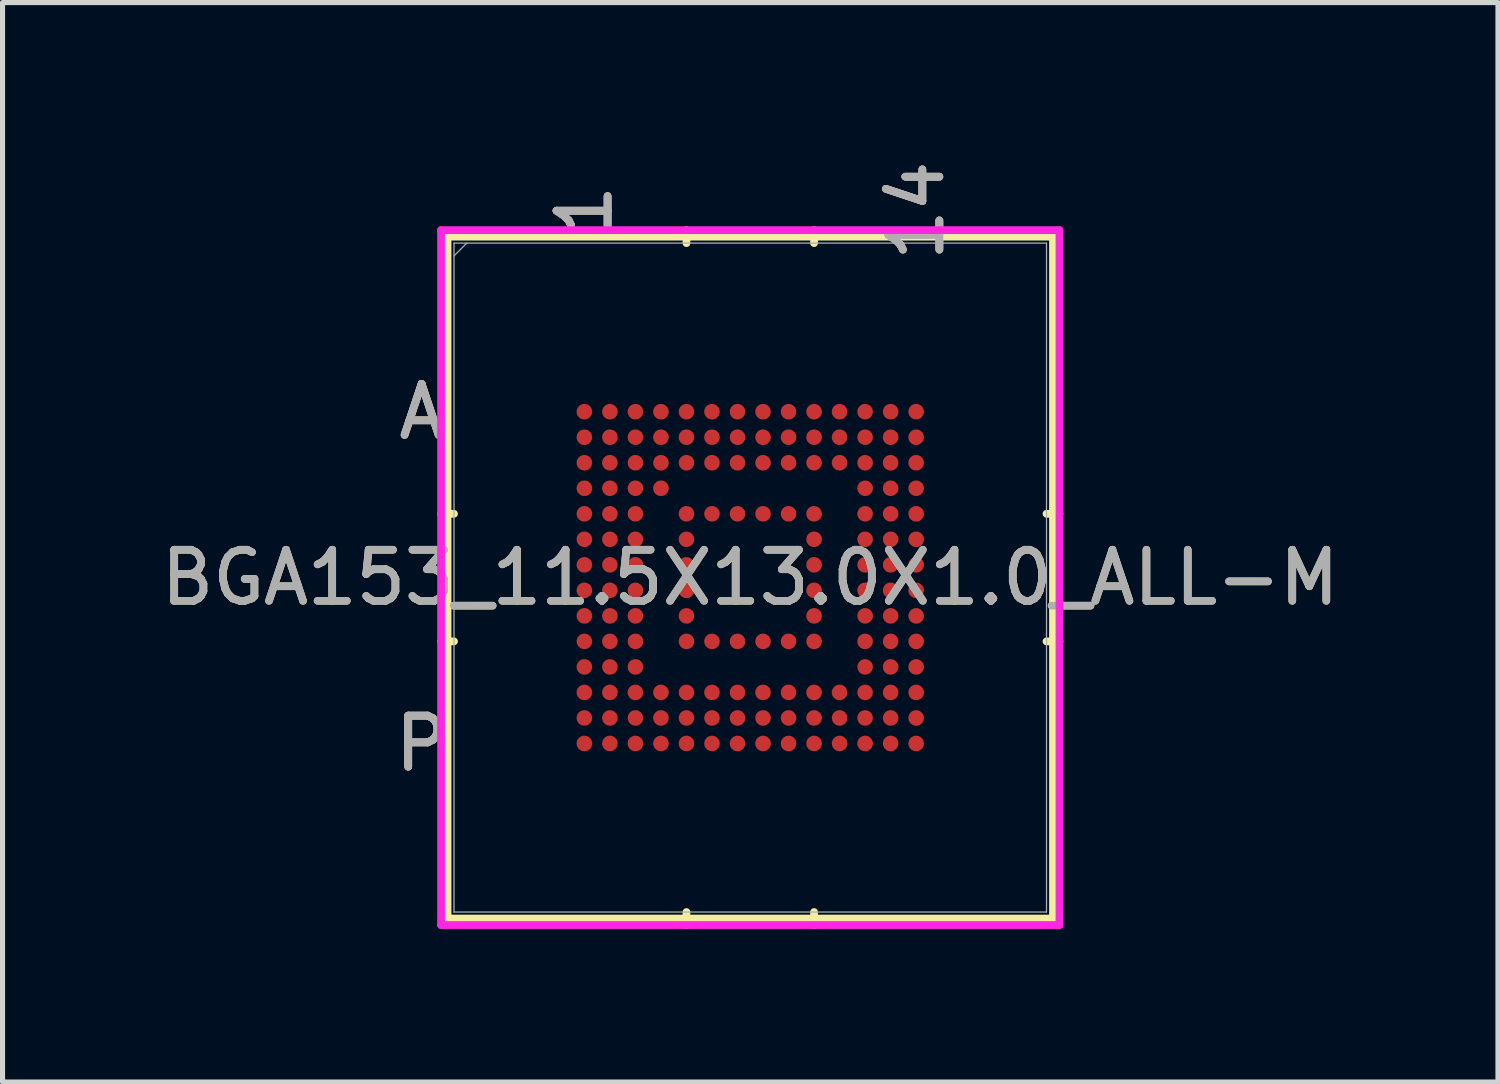
<source format=kicad_pcb>
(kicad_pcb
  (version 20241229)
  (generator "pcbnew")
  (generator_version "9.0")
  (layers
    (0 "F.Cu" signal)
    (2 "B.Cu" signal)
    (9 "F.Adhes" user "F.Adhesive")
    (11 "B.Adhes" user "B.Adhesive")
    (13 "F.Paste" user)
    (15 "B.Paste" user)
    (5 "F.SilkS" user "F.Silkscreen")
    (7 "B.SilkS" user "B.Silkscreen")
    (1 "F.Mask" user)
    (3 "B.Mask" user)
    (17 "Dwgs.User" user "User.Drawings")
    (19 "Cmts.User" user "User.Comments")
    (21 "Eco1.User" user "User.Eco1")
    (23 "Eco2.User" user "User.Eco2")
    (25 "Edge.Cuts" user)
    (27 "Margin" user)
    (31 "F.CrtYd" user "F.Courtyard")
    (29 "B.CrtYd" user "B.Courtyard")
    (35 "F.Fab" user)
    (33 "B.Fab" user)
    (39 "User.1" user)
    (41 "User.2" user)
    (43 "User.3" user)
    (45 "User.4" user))
  (footprint "BGA153_11.5X13.0X1.0_ALL-M"
    (layer "F.Cu")
    (at 11.649 8.266)
    (property "Reference" "BGA153_11.5X13.0X1.0_ALL-M" (at 0 0 0) (unlocked yes) (layer "F.SilkS") (effects (font (size 1 1) (thickness 0.15))))
    (attr smd)
    (fp_line (start -5.931 -6.68) (end -5.931 6.68) (stroke (width 0.152) (type solid)) (layer "F.SilkS"))
    (fp_line (start -5.931 6.68) (end 5.931 6.68) (stroke (width 0.152) (type solid)) (layer "F.SilkS"))
    (fp_line (start -5.804 -1.25) (end -6.058 -1.25) (stroke (width 0.152) (type solid)) (layer "F.SilkS"))
    (fp_line (start -5.804 1.25) (end -6.058 1.25) (stroke (width 0.152) (type solid)) (layer "F.SilkS"))
    (fp_line (start -1.25 -6.553) (end -1.25 -6.807) (stroke (width 0.152) (type solid)) (layer "F.SilkS"))
    (fp_line (start -1.25 6.553) (end -1.25 6.807) (stroke (width 0.152) (type solid)) (layer "F.SilkS"))
    (fp_line (start 1.25 -6.553) (end 1.25 -6.807) (stroke (width 0.152) (type solid)) (layer "F.SilkS"))
    (fp_line (start 1.25 6.553) (end 1.25 6.807) (stroke (width 0.152) (type solid)) (layer "F.SilkS"))
    (fp_line (start 5.804 -1.25) (end 6.058 -1.25) (stroke (width 0.152) (type solid)) (layer "F.SilkS"))
    (fp_line (start 5.804 1.25) (end 6.058 1.25) (stroke (width 0.152) (type solid)) (layer "F.SilkS"))
    (fp_line (start 5.931 -6.68) (end -5.931 -6.68) (stroke (width 0.152) (type solid)) (layer "F.SilkS"))
    (fp_line (start 5.931 6.68) (end 5.931 -6.68) (stroke (width 0.152) (type solid)) (layer "F.SilkS"))
    (fp_poly (pts (xy -3.945 -3.945) (xy 3.945 -3.945) (xy 3.945 3.945) (xy -3.945 3.945)) (stroke (width 0.1) (type solid)) (fill no) (layer "Eco2.User"))
    (fp_line (start -6.058 -6.807) (end 6.058 -6.807) (stroke (width 0.152) (type solid)) (layer "F.CrtYd"))
    (fp_line (start -6.058 6.807) (end -6.058 -6.807) (stroke (width 0.152) (type solid)) (layer "F.CrtYd"))
    (fp_line (start 6.058 -6.807) (end 6.058 6.807) (stroke (width 0.152) (type solid)) (layer "F.CrtYd"))
    (fp_line (start 6.058 6.807) (end -6.058 6.807) (stroke (width 0.152) (type solid)) (layer "F.CrtYd"))
    (fp_line (start -5.804 -6.553) (end -5.804 6.553) (stroke (width 0.025) (type solid)) (layer "F.Fab"))
    (fp_line (start -5.804 6.553) (end 5.804 6.553) (stroke (width 0.025) (type solid)) (layer "F.Fab"))
    (fp_line (start -5.554 -6.553) (end -5.804 -6.303) (stroke (width 0.025) (type solid)) (layer "F.Fab"))
    (fp_line (start 5.804 -6.553) (end -5.804 -6.553) (stroke (width 0.025) (type solid)) (layer "F.Fab"))
    (fp_line (start 5.804 6.553) (end 5.804 -6.553) (stroke (width 0.025) (type solid)) (layer "F.Fab"))
    (fp_text user "P" (at -6.439 3.25 0) (unlocked yes) (layer "F.SilkS") (effects (font (size 1 1) (thickness 0.15))))
    (fp_text user "A" (at -6.439 -3.25 0) (unlocked yes) (layer "F.SilkS") (effects (font (size 1 1) (thickness 0.15))))
    (fp_text user "1" (at -3.25 -7.188 90) (unlocked yes) (layer "F.SilkS") (effects (font (size 1 1) (thickness 0.15))))
    (fp_text user "14" (at 3.25 -7.188 90) (unlocked yes) (layer "F.SilkS") (effects (font (size 1 1) (thickness 0.15))))
    (fp_text user "A" (at -6.439 -3.25 0) (unlocked yes) (layer "B.SilkS") (effects (font (size 1 1) (thickness 0.15))))
    (fp_text user "14" (at 3.25 -7.188 90) (unlocked yes) (layer "B.SilkS") (effects (font (size 1 1) (thickness 0.15))))
    (fp_text user "1" (at -3.25 -7.188 90) (unlocked yes) (layer "B.SilkS") (effects (font (size 1 1) (thickness 0.15))))
    (fp_text user "P" (at -6.439 3.25 0) (unlocked yes) (layer "B.SilkS") (effects (font (size 1 1) (thickness 0.15))))
    (fp_text user "A" (at -6.439 -3.25 0) (unlocked yes) (layer "F.Fab") (effects (font (size 1 1) (thickness 0.15))))
    (fp_text user "1" (at -3.25 -7.188 90) (unlocked yes) (layer "F.Fab") (effects (font (size 1 1) (thickness 0.15))))
    (fp_text user "14" (at 3.25 -7.188 90) (unlocked yes) (layer "F.Fab") (effects (font (size 1 1) (thickness 0.15))))
    (fp_text user "P" (at -6.439 3.25 0) (unlocked yes) (layer "F.Fab") (effects (font (size 1 1) (thickness 0.15))))
    (fp_text user "${REFERENCE}" (at 0 0 0) (unlocked yes) (layer "F.Fab") (effects (font (size 1 1) (thickness 0.15))))
    (pad "A1" smd circle (at -3.25 -3.25) (size 0.305 0.305) (layers "F.Cu" "F.Mask" "F.Paste"))
    (pad "A2" smd circle (at -2.75 -3.25) (size 0.305 0.305) (layers "F.Cu" "F.Mask" "F.Paste"))
    (pad "A3" smd circle (at -2.25 -3.25) (size 0.305 0.305) (layers "F.Cu" "F.Mask" "F.Paste"))
    (pad "A4" smd circle (at -1.75 -3.25) (size 0.305 0.305) (layers "F.Cu" "F.Mask" "F.Paste"))
    (pad "A5" smd circle (at -1.25 -3.25) (size 0.305 0.305) (layers "F.Cu" "F.Mask" "F.Paste"))
    (pad "A6" smd circle (at -0.75 -3.25) (size 0.305 0.305) (layers "F.Cu" "F.Mask" "F.Paste"))
    (pad "A7" smd circle (at -0.25 -3.25) (size 0.305 0.305) (layers "F.Cu" "F.Mask" "F.Paste"))
    (pad "A8" smd circle (at 0.25 -3.25) (size 0.305 0.305) (layers "F.Cu" "F.Mask" "F.Paste"))
    (pad "A9" smd circle (at 0.75 -3.25) (size 0.305 0.305) (layers "F.Cu" "F.Mask" "F.Paste"))
    (pad "A10" smd circle (at 1.25 -3.25) (size 0.305 0.305) (layers "F.Cu" "F.Mask" "F.Paste"))
    (pad "A11" smd circle (at 1.75 -3.25) (size 0.305 0.305) (layers "F.Cu" "F.Mask" "F.Paste"))
    (pad "A12" smd circle (at 2.25 -3.25) (size 0.305 0.305) (layers "F.Cu" "F.Mask" "F.Paste"))
    (pad "A13" smd circle (at 2.75 -3.25) (size 0.305 0.305) (layers "F.Cu" "F.Mask" "F.Paste"))
    (pad "A14" smd circle (at 3.25 -3.25) (size 0.305 0.305) (layers "F.Cu" "F.Mask" "F.Paste"))
    (pad "B1" smd circle (at -3.25 -2.75) (size 0.305 0.305) (layers "F.Cu" "F.Mask" "F.Paste"))
    (pad "B2" smd circle (at -2.75 -2.75) (size 0.305 0.305) (layers "F.Cu" "F.Mask" "F.Paste"))
    (pad "B3" smd circle (at -2.25 -2.75) (size 0.305 0.305) (layers "F.Cu" "F.Mask" "F.Paste"))
    (pad "B4" smd circle (at -1.75 -2.75) (size 0.305 0.305) (layers "F.Cu" "F.Mask" "F.Paste"))
    (pad "B5" smd circle (at -1.25 -2.75) (size 0.305 0.305) (layers "F.Cu" "F.Mask" "F.Paste"))
    (pad "B6" smd circle (at -0.75 -2.75) (size 0.305 0.305) (layers "F.Cu" "F.Mask" "F.Paste"))
    (pad "B7" smd circle (at -0.25 -2.75) (size 0.305 0.305) (layers "F.Cu" "F.Mask" "F.Paste"))
    (pad "B8" smd circle (at 0.25 -2.75) (size 0.305 0.305) (layers "F.Cu" "F.Mask" "F.Paste"))
    (pad "B9" smd circle (at 0.75 -2.75) (size 0.305 0.305) (layers "F.Cu" "F.Mask" "F.Paste"))
    (pad "B10" smd circle (at 1.25 -2.75) (size 0.305 0.305) (layers "F.Cu" "F.Mask" "F.Paste"))
    (pad "B11" smd circle (at 1.75 -2.75) (size 0.305 0.305) (layers "F.Cu" "F.Mask" "F.Paste"))
    (pad "B12" smd circle (at 2.25 -2.75) (size 0.305 0.305) (layers "F.Cu" "F.Mask" "F.Paste"))
    (pad "B13" smd circle (at 2.75 -2.75) (size 0.305 0.305) (layers "F.Cu" "F.Mask" "F.Paste"))
    (pad "B14" smd circle (at 3.25 -2.75) (size 0.305 0.305) (layers "F.Cu" "F.Mask" "F.Paste"))
    (pad "C1" smd circle (at -3.25 -2.25) (size 0.305 0.305) (layers "F.Cu" "F.Mask" "F.Paste"))
    (pad "C2" smd circle (at -2.75 -2.25) (size 0.305 0.305) (layers "F.Cu" "F.Mask" "F.Paste"))
    (pad "C3" smd circle (at -2.25 -2.25) (size 0.305 0.305) (layers "F.Cu" "F.Mask" "F.Paste"))
    (pad "C4" smd circle (at -1.75 -2.25) (size 0.305 0.305) (layers "F.Cu" "F.Mask" "F.Paste"))
    (pad "C5" smd circle (at -1.25 -2.25) (size 0.305 0.305) (layers "F.Cu" "F.Mask" "F.Paste"))
    (pad "C6" smd circle (at -0.75 -2.25) (size 0.305 0.305) (layers "F.Cu" "F.Mask" "F.Paste"))
    (pad "C7" smd circle (at -0.25 -2.25) (size 0.305 0.305) (layers "F.Cu" "F.Mask" "F.Paste"))
    (pad "C8" smd circle (at 0.25 -2.25) (size 0.305 0.305) (layers "F.Cu" "F.Mask" "F.Paste"))
    (pad "C9" smd circle (at 0.75 -2.25) (size 0.305 0.305) (layers "F.Cu" "F.Mask" "F.Paste"))
    (pad "C10" smd circle (at 1.25 -2.25) (size 0.305 0.305) (layers "F.Cu" "F.Mask" "F.Paste"))
    (pad "C11" smd circle (at 1.75 -2.25) (size 0.305 0.305) (layers "F.Cu" "F.Mask" "F.Paste"))
    (pad "C12" smd circle (at 2.25 -2.25) (size 0.305 0.305) (layers "F.Cu" "F.Mask" "F.Paste"))
    (pad "C13" smd circle (at 2.75 -2.25) (size 0.305 0.305) (layers "F.Cu" "F.Mask" "F.Paste"))
    (pad "C14" smd circle (at 3.25 -2.25) (size 0.305 0.305) (layers "F.Cu" "F.Mask" "F.Paste"))
    (pad "D1" smd circle (at -3.25 -1.75) (size 0.305 0.305) (layers "F.Cu" "F.Mask" "F.Paste"))
    (pad "D2" smd circle (at -2.75 -1.75) (size 0.305 0.305) (layers "F.Cu" "F.Mask" "F.Paste"))
    (pad "D3" smd circle (at -2.25 -1.75) (size 0.305 0.305) (layers "F.Cu" "F.Mask" "F.Paste"))
    (pad "D4" smd circle (at -1.75 -1.75) (size 0.305 0.305) (layers "F.Cu" "F.Mask" "F.Paste"))
    (pad "D12" smd circle (at 2.25 -1.75) (size 0.305 0.305) (layers "F.Cu" "F.Mask" "F.Paste"))
    (pad "D13" smd circle (at 2.75 -1.75) (size 0.305 0.305) (layers "F.Cu" "F.Mask" "F.Paste"))
    (pad "D14" smd circle (at 3.25 -1.75) (size 0.305 0.305) (layers "F.Cu" "F.Mask" "F.Paste"))
    (pad "E1" smd circle (at -3.25 -1.25) (size 0.305 0.305) (layers "F.Cu" "F.Mask" "F.Paste"))
    (pad "E2" smd circle (at -2.75 -1.25) (size 0.305 0.305) (layers "F.Cu" "F.Mask" "F.Paste"))
    (pad "E3" smd circle (at -2.25 -1.25) (size 0.305 0.305) (layers "F.Cu" "F.Mask" "F.Paste"))
    (pad "E5" smd circle (at -1.25 -1.25) (size 0.305 0.305) (layers "F.Cu" "F.Mask" "F.Paste"))
    (pad "E6" smd circle (at -0.75 -1.25) (size 0.305 0.305) (layers "F.Cu" "F.Mask" "F.Paste"))
    (pad "E7" smd circle (at -0.25 -1.25) (size 0.305 0.305) (layers "F.Cu" "F.Mask" "F.Paste"))
    (pad "E8" smd circle (at 0.25 -1.25) (size 0.305 0.305) (layers "F.Cu" "F.Mask" "F.Paste"))
    (pad "E9" smd circle (at 0.75 -1.25) (size 0.305 0.305) (layers "F.Cu" "F.Mask" "F.Paste"))
    (pad "E10" smd circle (at 1.25 -1.25) (size 0.305 0.305) (layers "F.Cu" "F.Mask" "F.Paste"))
    (pad "E12" smd circle (at 2.25 -1.25) (size 0.305 0.305) (layers "F.Cu" "F.Mask" "F.Paste"))
    (pad "E13" smd circle (at 2.75 -1.25) (size 0.305 0.305) (layers "F.Cu" "F.Mask" "F.Paste"))
    (pad "E14" smd circle (at 3.25 -1.25) (size 0.305 0.305) (layers "F.Cu" "F.Mask" "F.Paste"))
    (pad "F1" smd circle (at -3.25 -0.75) (size 0.305 0.305) (layers "F.Cu" "F.Mask" "F.Paste"))
    (pad "F2" smd circle (at -2.75 -0.75) (size 0.305 0.305) (layers "F.Cu" "F.Mask" "F.Paste"))
    (pad "F3" smd circle (at -2.25 -0.75) (size 0.305 0.305) (layers "F.Cu" "F.Mask" "F.Paste"))
    (pad "F5" smd circle (at -1.25 -0.75) (size 0.305 0.305) (layers "F.Cu" "F.Mask" "F.Paste"))
    (pad "F10" smd circle (at 1.25 -0.75) (size 0.305 0.305) (layers "F.Cu" "F.Mask" "F.Paste"))
    (pad "F12" smd circle (at 2.25 -0.75) (size 0.305 0.305) (layers "F.Cu" "F.Mask" "F.Paste"))
    (pad "F13" smd circle (at 2.75 -0.75) (size 0.305 0.305) (layers "F.Cu" "F.Mask" "F.Paste"))
    (pad "F14" smd circle (at 3.25 -0.75) (size 0.305 0.305) (layers "F.Cu" "F.Mask" "F.Paste"))
    (pad "G1" smd circle (at -3.25 -0.25) (size 0.305 0.305) (layers "F.Cu" "F.Mask" "F.Paste"))
    (pad "G2" smd circle (at -2.75 -0.25) (size 0.305 0.305) (layers "F.Cu" "F.Mask" "F.Paste"))
    (pad "G3" smd circle (at -2.25 -0.25) (size 0.305 0.305) (layers "F.Cu" "F.Mask" "F.Paste"))
    (pad "G5" smd circle (at -1.25 -0.25) (size 0.305 0.305) (layers "F.Cu" "F.Mask" "F.Paste"))
    (pad "G10" smd circle (at 1.25 -0.25) (size 0.305 0.305) (layers "F.Cu" "F.Mask" "F.Paste"))
    (pad "G12" smd circle (at 2.25 -0.25) (size 0.305 0.305) (layers "F.Cu" "F.Mask" "F.Paste"))
    (pad "G13" smd circle (at 2.75 -0.25) (size 0.305 0.305) (layers "F.Cu" "F.Mask" "F.Paste"))
    (pad "G14" smd circle (at 3.25 -0.25) (size 0.305 0.305) (layers "F.Cu" "F.Mask" "F.Paste"))
    (pad "H1" smd circle (at -3.25 0.25) (size 0.305 0.305) (layers "F.Cu" "F.Mask" "F.Paste"))
    (pad "H2" smd circle (at -2.75 0.25) (size 0.305 0.305) (layers "F.Cu" "F.Mask" "F.Paste"))
    (pad "H3" smd circle (at -2.25 0.25) (size 0.305 0.305) (layers "F.Cu" "F.Mask" "F.Paste"))
    (pad "H5" smd circle (at -1.25 0.25) (size 0.305 0.305) (layers "F.Cu" "F.Mask" "F.Paste"))
    (pad "H10" smd circle (at 1.25 0.25) (size 0.305 0.305) (layers "F.Cu" "F.Mask" "F.Paste"))
    (pad "H12" smd circle (at 2.25 0.25) (size 0.305 0.305) (layers "F.Cu" "F.Mask" "F.Paste"))
    (pad "H13" smd circle (at 2.75 0.25) (size 0.305 0.305) (layers "F.Cu" "F.Mask" "F.Paste"))
    (pad "H14" smd circle (at 3.25 0.25) (size 0.305 0.305) (layers "F.Cu" "F.Mask" "F.Paste"))
    (pad "J1" smd circle (at -3.25 0.75) (size 0.305 0.305) (layers "F.Cu" "F.Mask" "F.Paste"))
    (pad "J2" smd circle (at -2.75 0.75) (size 0.305 0.305) (layers "F.Cu" "F.Mask" "F.Paste"))
    (pad "J3" smd circle (at -2.25 0.75) (size 0.305 0.305) (layers "F.Cu" "F.Mask" "F.Paste"))
    (pad "J5" smd circle (at -1.25 0.75) (size 0.305 0.305) (layers "F.Cu" "F.Mask" "F.Paste"))
    (pad "J10" smd circle (at 1.25 0.75) (size 0.305 0.305) (layers "F.Cu" "F.Mask" "F.Paste"))
    (pad "J12" smd circle (at 2.25 0.75) (size 0.305 0.305) (layers "F.Cu" "F.Mask" "F.Paste"))
    (pad "J13" smd circle (at 2.75 0.75) (size 0.305 0.305) (layers "F.Cu" "F.Mask" "F.Paste"))
    (pad "J14" smd circle (at 3.25 0.75) (size 0.305 0.305) (layers "F.Cu" "F.Mask" "F.Paste"))
    (pad "K1" smd circle (at -3.25 1.25) (size 0.305 0.305) (layers "F.Cu" "F.Mask" "F.Paste"))
    (pad "K2" smd circle (at -2.75 1.25) (size 0.305 0.305) (layers "F.Cu" "F.Mask" "F.Paste"))
    (pad "K3" smd circle (at -2.25 1.25) (size 0.305 0.305) (layers "F.Cu" "F.Mask" "F.Paste"))
    (pad "K5" smd circle (at -1.25 1.25) (size 0.305 0.305) (layers "F.Cu" "F.Mask" "F.Paste"))
    (pad "K6" smd circle (at -0.75 1.25) (size 0.305 0.305) (layers "F.Cu" "F.Mask" "F.Paste"))
    (pad "K7" smd circle (at -0.25 1.25) (size 0.305 0.305) (layers "F.Cu" "F.Mask" "F.Paste"))
    (pad "K8" smd circle (at 0.25 1.25) (size 0.305 0.305) (layers "F.Cu" "F.Mask" "F.Paste"))
    (pad "K9" smd circle (at 0.75 1.25) (size 0.305 0.305) (layers "F.Cu" "F.Mask" "F.Paste"))
    (pad "K10" smd circle (at 1.25 1.25) (size 0.305 0.305) (layers "F.Cu" "F.Mask" "F.Paste"))
    (pad "K12" smd circle (at 2.25 1.25) (size 0.305 0.305) (layers "F.Cu" "F.Mask" "F.Paste"))
    (pad "K13" smd circle (at 2.75 1.25) (size 0.305 0.305) (layers "F.Cu" "F.Mask" "F.Paste"))
    (pad "K14" smd circle (at 3.25 1.25) (size 0.305 0.305) (layers "F.Cu" "F.Mask" "F.Paste"))
    (pad "L1" smd circle (at -3.25 1.75) (size 0.305 0.305) (layers "F.Cu" "F.Mask" "F.Paste"))
    (pad "L2" smd circle (at -2.75 1.75) (size 0.305 0.305) (layers "F.Cu" "F.Mask" "F.Paste"))
    (pad "L3" smd circle (at -2.25 1.75) (size 0.305 0.305) (layers "F.Cu" "F.Mask" "F.Paste"))
    (pad "L12" smd circle (at 2.25 1.75) (size 0.305 0.305) (layers "F.Cu" "F.Mask" "F.Paste"))
    (pad "L13" smd circle (at 2.75 1.75) (size 0.305 0.305) (layers "F.Cu" "F.Mask" "F.Paste"))
    (pad "L14" smd circle (at 3.25 1.75) (size 0.305 0.305) (layers "F.Cu" "F.Mask" "F.Paste"))
    (pad "M1" smd circle (at -3.25 2.25) (size 0.305 0.305) (layers "F.Cu" "F.Mask" "F.Paste"))
    (pad "M2" smd circle (at -2.75 2.25) (size 0.305 0.305) (layers "F.Cu" "F.Mask" "F.Paste"))
    (pad "M3" smd circle (at -2.25 2.25) (size 0.305 0.305) (layers "F.Cu" "F.Mask" "F.Paste"))
    (pad "M4" smd circle (at -1.75 2.25) (size 0.305 0.305) (layers "F.Cu" "F.Mask" "F.Paste"))
    (pad "M5" smd circle (at -1.25 2.25) (size 0.305 0.305) (layers "F.Cu" "F.Mask" "F.Paste"))
    (pad "M6" smd circle (at -0.75 2.25) (size 0.305 0.305) (layers "F.Cu" "F.Mask" "F.Paste"))
    (pad "M7" smd circle (at -0.25 2.25) (size 0.305 0.305) (layers "F.Cu" "F.Mask" "F.Paste"))
    (pad "M8" smd circle (at 0.25 2.25) (size 0.305 0.305) (layers "F.Cu" "F.Mask" "F.Paste"))
    (pad "M9" smd circle (at 0.75 2.25) (size 0.305 0.305) (layers "F.Cu" "F.Mask" "F.Paste"))
    (pad "M10" smd circle (at 1.25 2.25) (size 0.305 0.305) (layers "F.Cu" "F.Mask" "F.Paste"))
    (pad "M11" smd circle (at 1.75 2.25) (size 0.305 0.305) (layers "F.Cu" "F.Mask" "F.Paste"))
    (pad "M12" smd circle (at 2.25 2.25) (size 0.305 0.305) (layers "F.Cu" "F.Mask" "F.Paste"))
    (pad "M13" smd circle (at 2.75 2.25) (size 0.305 0.305) (layers "F.Cu" "F.Mask" "F.Paste"))
    (pad "M14" smd circle (at 3.25 2.25) (size 0.305 0.305) (layers "F.Cu" "F.Mask" "F.Paste"))
    (pad "N1" smd circle (at -3.25 2.75) (size 0.305 0.305) (layers "F.Cu" "F.Mask" "F.Paste"))
    (pad "N2" smd circle (at -2.75 2.75) (size 0.305 0.305) (layers "F.Cu" "F.Mask" "F.Paste"))
    (pad "N3" smd circle (at -2.25 2.75) (size 0.305 0.305) (layers "F.Cu" "F.Mask" "F.Paste"))
    (pad "N4" smd circle (at -1.75 2.75) (size 0.305 0.305) (layers "F.Cu" "F.Mask" "F.Paste"))
    (pad "N5" smd circle (at -1.25 2.75) (size 0.305 0.305) (layers "F.Cu" "F.Mask" "F.Paste"))
    (pad "N6" smd circle (at -0.75 2.75) (size 0.305 0.305) (layers "F.Cu" "F.Mask" "F.Paste"))
    (pad "N7" smd circle (at -0.25 2.75) (size 0.305 0.305) (layers "F.Cu" "F.Mask" "F.Paste"))
    (pad "N8" smd circle (at 0.25 2.75) (size 0.305 0.305) (layers "F.Cu" "F.Mask" "F.Paste"))
    (pad "N9" smd circle (at 0.75 2.75) (size 0.305 0.305) (layers "F.Cu" "F.Mask" "F.Paste"))
    (pad "N10" smd circle (at 1.25 2.75) (size 0.305 0.305) (layers "F.Cu" "F.Mask" "F.Paste"))
    (pad "N11" smd circle (at 1.75 2.75) (size 0.305 0.305) (layers "F.Cu" "F.Mask" "F.Paste"))
    (pad "N12" smd circle (at 2.25 2.75) (size 0.305 0.305) (layers "F.Cu" "F.Mask" "F.Paste"))
    (pad "N13" smd circle (at 2.75 2.75) (size 0.305 0.305) (layers "F.Cu" "F.Mask" "F.Paste"))
    (pad "N14" smd circle (at 3.25 2.75) (size 0.305 0.305) (layers "F.Cu" "F.Mask" "F.Paste"))
    (pad "P1" smd circle (at -3.25 3.25) (size 0.305 0.305) (layers "F.Cu" "F.Mask" "F.Paste"))
    (pad "P2" smd circle (at -2.75 3.25) (size 0.305 0.305) (layers "F.Cu" "F.Mask" "F.Paste"))
    (pad "P3" smd circle (at -2.25 3.25) (size 0.305 0.305) (layers "F.Cu" "F.Mask" "F.Paste"))
    (pad "P4" smd circle (at -1.75 3.25) (size 0.305 0.305) (layers "F.Cu" "F.Mask" "F.Paste"))
    (pad "P5" smd circle (at -1.25 3.25) (size 0.305 0.305) (layers "F.Cu" "F.Mask" "F.Paste"))
    (pad "P6" smd circle (at -0.75 3.25) (size 0.305 0.305) (layers "F.Cu" "F.Mask" "F.Paste"))
    (pad "P7" smd circle (at -0.25 3.25) (size 0.305 0.305) (layers "F.Cu" "F.Mask" "F.Paste"))
    (pad "P8" smd circle (at 0.25 3.25) (size 0.305 0.305) (layers "F.Cu" "F.Mask" "F.Paste"))
    (pad "P9" smd circle (at 0.75 3.25) (size 0.305 0.305) (layers "F.Cu" "F.Mask" "F.Paste"))
    (pad "P10" smd circle (at 1.25 3.25) (size 0.305 0.305) (layers "F.Cu" "F.Mask" "F.Paste"))
    (pad "P11" smd circle (at 1.75 3.25) (size 0.305 0.305) (layers "F.Cu" "F.Mask" "F.Paste"))
    (pad "P12" smd circle (at 2.25 3.25) (size 0.305 0.305) (layers "F.Cu" "F.Mask" "F.Paste"))
    (pad "P13" smd circle (at 2.75 3.25) (size 0.305 0.305) (layers "F.Cu" "F.Mask" "F.Paste"))
    (pad "P14" smd circle (at 3.25 3.25) (size 0.305 0.305) (layers "F.Cu" "F.Mask" "F.Paste")))
  (gr_rect
    (start -3 -3)
    (end 26.298 18.149)
    (stroke (width 0.1) (type default))
    (fill no)
    (layer "Edge.Cuts")))
</source>
